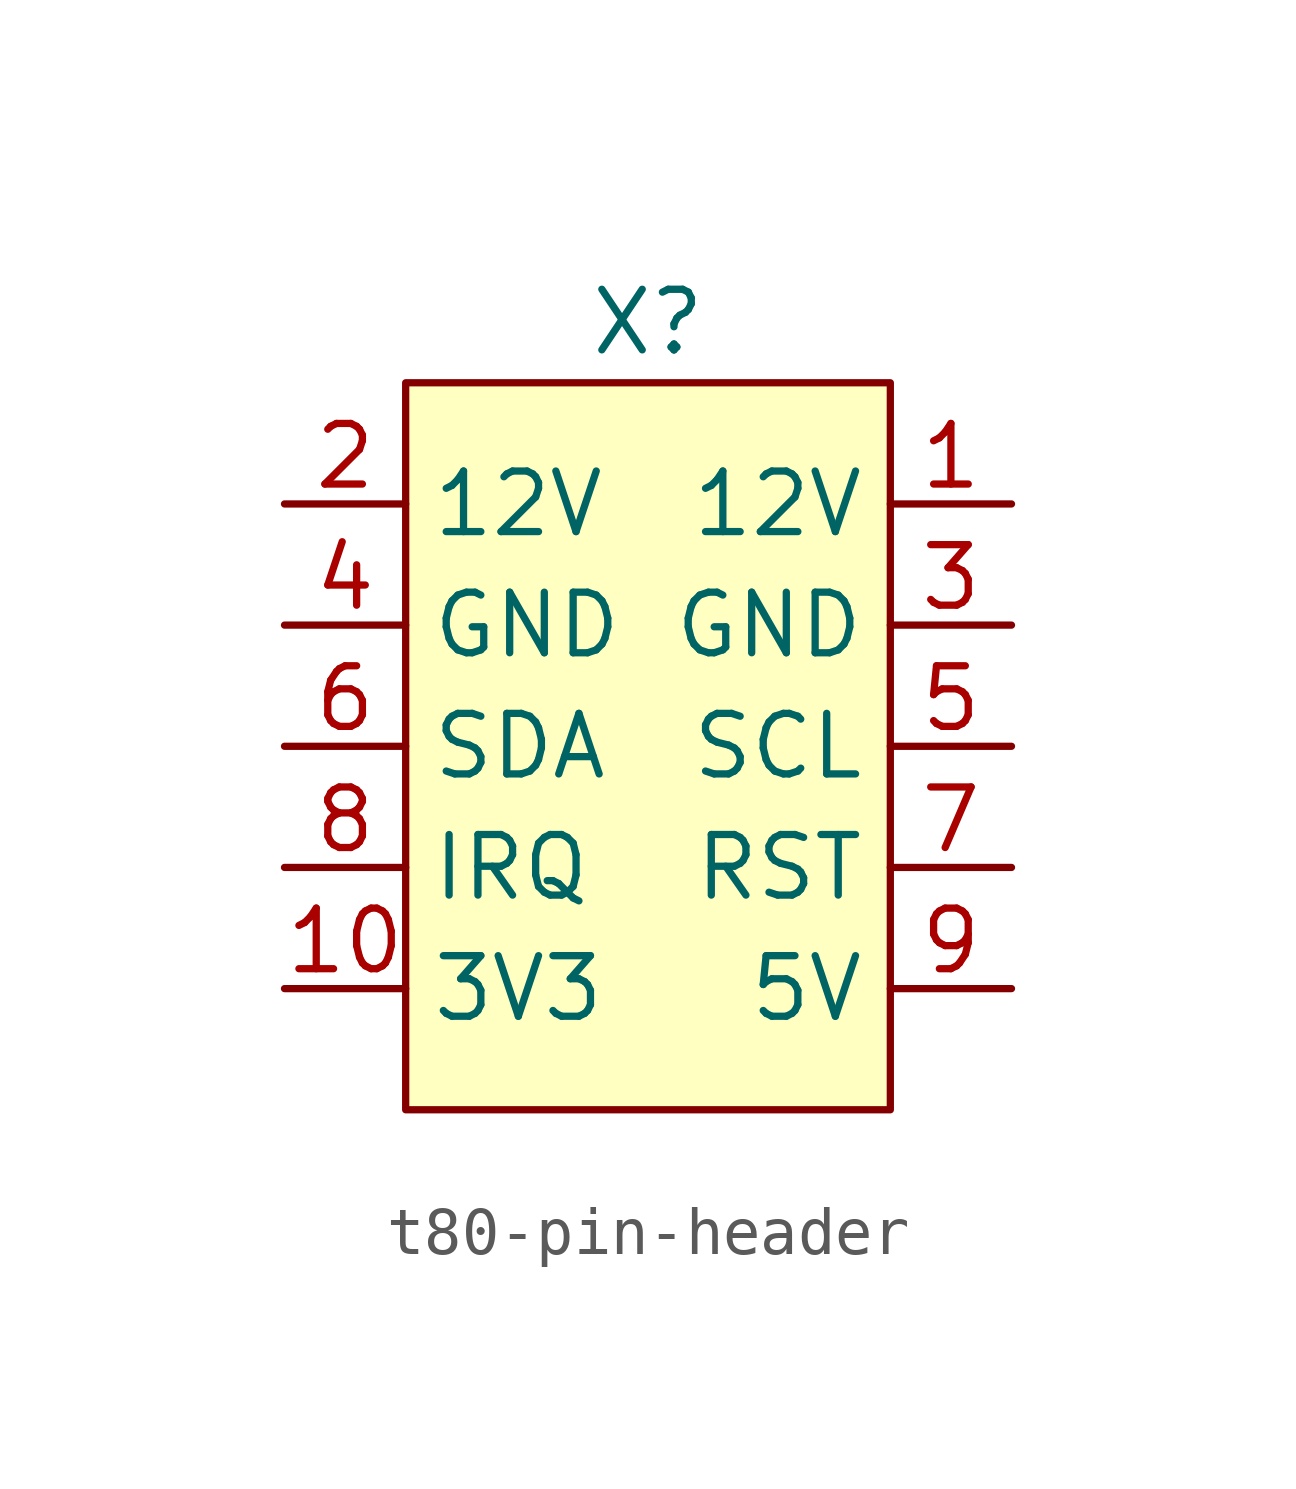
<source format=kicad_sym>
(kicad_symbol_lib
  (version 20220331)
  (generator kicad_symbol_editor)
  (symbol "t80-pin-header"
    (property "Reference" "X"
      (at 0 8.89 0)
      (effects (font (size 1.27 1.27))))
    (property "Value" ""
      (at -7.62 2.54 0)
      (effects (font (size 1.27 1.27))))
    (symbol "t80-pin-header_0_0"
      (pin power_in line (at 7.62 5.08 180) (length 2.54) (name "12V" (effects (font (size 1.27 1.27)))) (number "1" (effects (font (size 1.27 1.27)))))
      (pin power_in line (at -7.62 -5.08 0) (length 2.54) (name "3V3" (effects (font (size 1.27 1.27)))) (number "10" (effects (font (size 1.27 1.27)))))
      (pin power_in line (at -7.62 5.08 0) (length 2.54) (name "12V" (effects (font (size 1.27 1.27)))) (number "2" (effects (font (size 1.27 1.27)))))
      (pin power_in line (at 7.62 2.54 180) (length 2.54) (name "GND" (effects (font (size 1.27 1.27)))) (number "3" (effects (font (size 1.27 1.27)))))
      (pin power_in line (at -7.62 2.54 0) (length 2.54) (name "GND" (effects (font (size 1.27 1.27)))) (number "4" (effects (font (size 1.27 1.27)))))
      (pin bidirectional line (at 7.62 0 180) (length 2.54) (name "SCL" (effects (font (size 1.27 1.27)))) (number "5" (effects (font (size 1.27 1.27)))))
      (pin bidirectional line (at -7.62 0 0) (length 2.54) (name "SDA" (effects (font (size 1.27 1.27)))) (number "6" (effects (font (size 1.27 1.27)))))
      (pin bidirectional line (at 7.62 -2.54 180) (length 2.54) (name "RST" (effects (font (size 1.27 1.27)))) (number "7" (effects (font (size 1.27 1.27)))))
      (pin bidirectional line (at -7.62 -2.54 0) (length 2.54) (name "IRQ" (effects (font (size 1.27 1.27)))) (number "8" (effects (font (size 1.27 1.27)))))
      (pin power_in line (at 7.62 -5.08 180) (length 2.54) (name "5V" (effects (font (size 1.27 1.27)))) (number "9" (effects (font (size 1.27 1.27))))))
    (symbol "t80-pin-header_0_1"
      (rectangle (start -5.08 7.62) (end 5.08 -7.62) (stroke (width 0) (type default)) (fill (type background))))))
</source>
